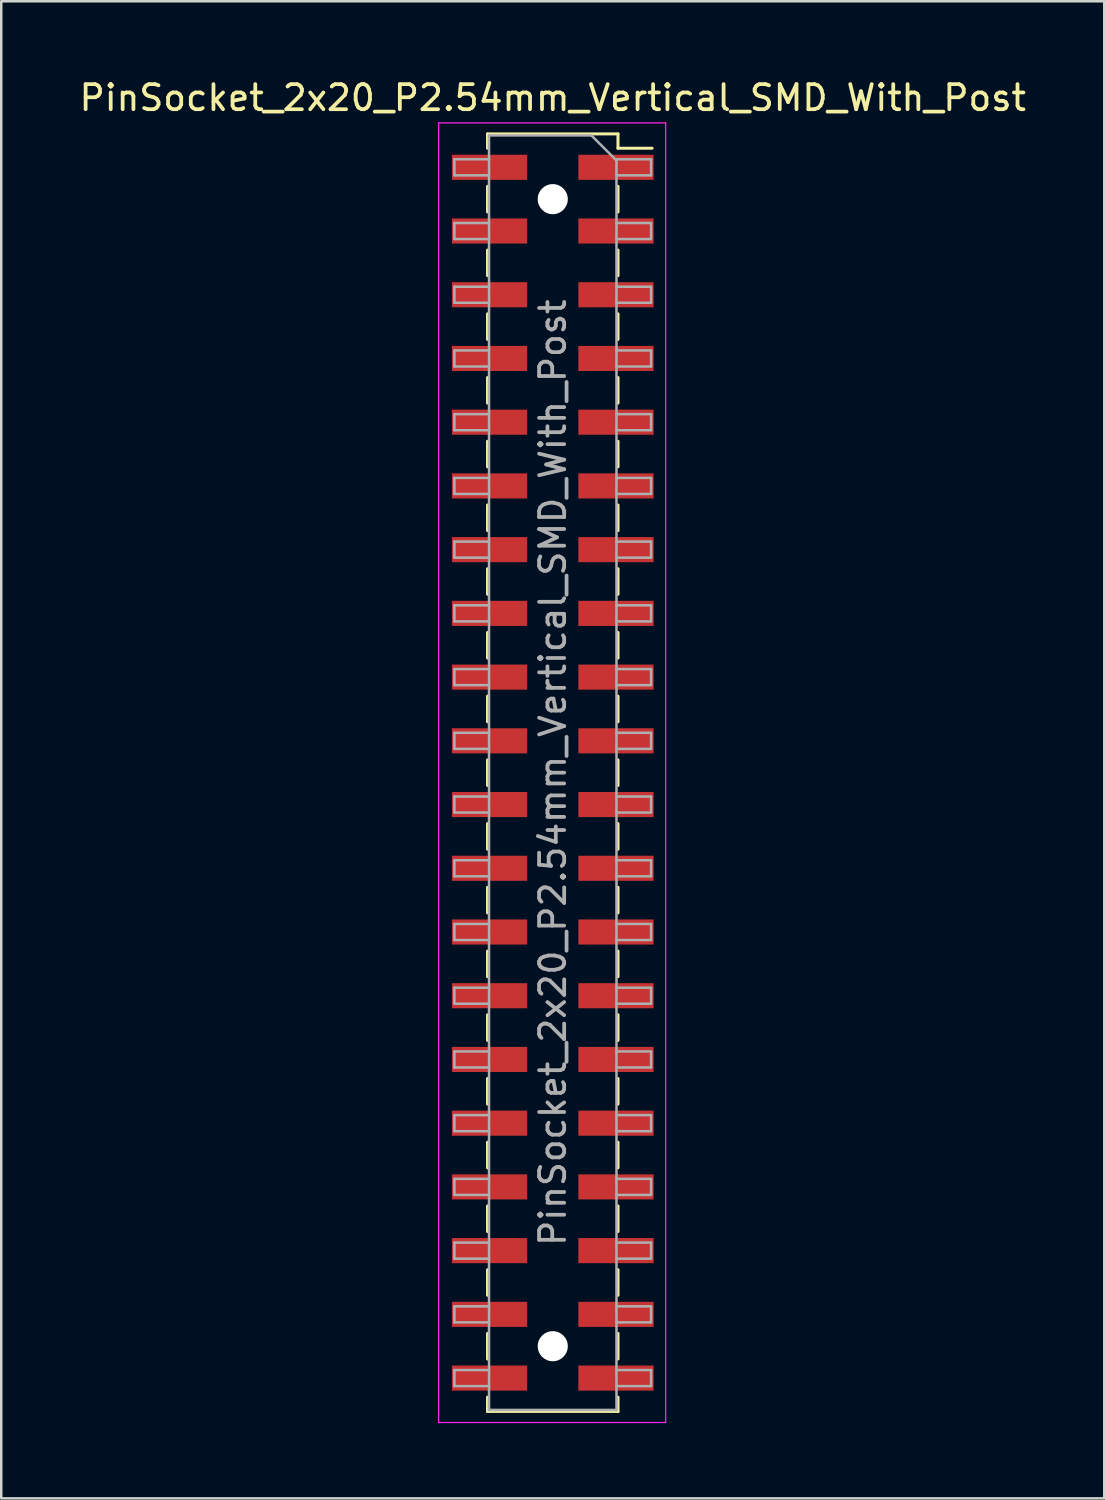
<source format=kicad_pcb>
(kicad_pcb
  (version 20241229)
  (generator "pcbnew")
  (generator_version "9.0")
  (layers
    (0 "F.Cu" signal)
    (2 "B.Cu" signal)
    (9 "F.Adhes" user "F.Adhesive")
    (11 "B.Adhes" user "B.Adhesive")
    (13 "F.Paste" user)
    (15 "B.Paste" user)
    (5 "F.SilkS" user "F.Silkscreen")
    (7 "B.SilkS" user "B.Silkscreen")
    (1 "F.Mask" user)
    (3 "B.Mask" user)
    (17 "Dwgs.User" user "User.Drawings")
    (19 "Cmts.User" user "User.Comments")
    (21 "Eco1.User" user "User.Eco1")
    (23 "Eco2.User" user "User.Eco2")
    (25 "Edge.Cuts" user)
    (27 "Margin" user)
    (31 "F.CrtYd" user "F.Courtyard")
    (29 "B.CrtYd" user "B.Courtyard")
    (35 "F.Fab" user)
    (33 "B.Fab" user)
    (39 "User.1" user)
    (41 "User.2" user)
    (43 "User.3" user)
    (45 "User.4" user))
  (footprint "PinSocket_2x20_P2.54mm_Vertical_SMD_With_Post"
    (layer "F.Cu")
    (at 18.982 27.748)
    (property "Reference" "PinSocket_2x20_P2.54mm_Vertical_SMD_With_Post" (at 0 -26.9 0) (layer "F.SilkS") (effects (font (size 1 1) (thickness 0.15))))
    (attr smd)
    (fp_line (start -2.6 -25.46) (end -2.6 -24.89) (stroke (width 0.12) (type solid)) (layer "F.SilkS"))
    (fp_line (start -2.6 -25.46) (end 2.6 -25.46) (stroke (width 0.12) (type solid)) (layer "F.SilkS"))
    (fp_line (start -2.6 -23.37) (end -2.6 -22.35) (stroke (width 0.12) (type solid)) (layer "F.SilkS"))
    (fp_line (start -2.6 -20.83) (end -2.6 -19.81) (stroke (width 0.12) (type solid)) (layer "F.SilkS"))
    (fp_line (start -2.6 -18.29) (end -2.6 -17.27) (stroke (width 0.12) (type solid)) (layer "F.SilkS"))
    (fp_line (start -2.6 -15.75) (end -2.6 -14.73) (stroke (width 0.12) (type solid)) (layer "F.SilkS"))
    (fp_line (start -2.6 -13.21) (end -2.6 -12.19) (stroke (width 0.12) (type solid)) (layer "F.SilkS"))
    (fp_line (start -2.6 -10.67) (end -2.6 -9.65) (stroke (width 0.12) (type solid)) (layer "F.SilkS"))
    (fp_line (start -2.6 -8.13) (end -2.6 -7.11) (stroke (width 0.12) (type solid)) (layer "F.SilkS"))
    (fp_line (start -2.6 -5.59) (end -2.6 -4.57) (stroke (width 0.12) (type solid)) (layer "F.SilkS"))
    (fp_line (start -2.6 -3.05) (end -2.6 -2.03) (stroke (width 0.12) (type solid)) (layer "F.SilkS"))
    (fp_line (start -2.6 -0.51) (end -2.6 0.51) (stroke (width 0.12) (type solid)) (layer "F.SilkS"))
    (fp_line (start -2.6 2.03) (end -2.6 3.05) (stroke (width 0.12) (type solid)) (layer "F.SilkS"))
    (fp_line (start -2.6 4.57) (end -2.6 5.59) (stroke (width 0.12) (type solid)) (layer "F.SilkS"))
    (fp_line (start -2.6 7.11) (end -2.6 8.13) (stroke (width 0.12) (type solid)) (layer "F.SilkS"))
    (fp_line (start -2.6 9.65) (end -2.6 10.67) (stroke (width 0.12) (type solid)) (layer "F.SilkS"))
    (fp_line (start -2.6 12.19) (end -2.6 13.21) (stroke (width 0.12) (type solid)) (layer "F.SilkS"))
    (fp_line (start -2.6 14.73) (end -2.6 15.75) (stroke (width 0.12) (type solid)) (layer "F.SilkS"))
    (fp_line (start -2.6 17.27) (end -2.6 18.29) (stroke (width 0.12) (type solid)) (layer "F.SilkS"))
    (fp_line (start -2.6 19.81) (end -2.6 20.83) (stroke (width 0.12) (type solid)) (layer "F.SilkS"))
    (fp_line (start -2.6 22.35) (end -2.6 23.37) (stroke (width 0.12) (type solid)) (layer "F.SilkS"))
    (fp_line (start -2.6 24.89) (end -2.6 25.46) (stroke (width 0.12) (type solid)) (layer "F.SilkS"))
    (fp_line (start -2.6 25.46) (end 2.6 25.46) (stroke (width 0.12) (type solid)) (layer "F.SilkS"))
    (fp_line (start 2.6 -25.46) (end 2.6 -24.89) (stroke (width 0.12) (type solid)) (layer "F.SilkS"))
    (fp_line (start 2.6 -24.89) (end 3.96 -24.89) (stroke (width 0.12) (type solid)) (layer "F.SilkS"))
    (fp_line (start 2.6 -23.37) (end 2.6 -22.35) (stroke (width 0.12) (type solid)) (layer "F.SilkS"))
    (fp_line (start 2.6 -20.83) (end 2.6 -19.81) (stroke (width 0.12) (type solid)) (layer "F.SilkS"))
    (fp_line (start 2.6 -18.29) (end 2.6 -17.27) (stroke (width 0.12) (type solid)) (layer "F.SilkS"))
    (fp_line (start 2.6 -15.75) (end 2.6 -14.73) (stroke (width 0.12) (type solid)) (layer "F.SilkS"))
    (fp_line (start 2.6 -13.21) (end 2.6 -12.19) (stroke (width 0.12) (type solid)) (layer "F.SilkS"))
    (fp_line (start 2.6 -10.67) (end 2.6 -9.65) (stroke (width 0.12) (type solid)) (layer "F.SilkS"))
    (fp_line (start 2.6 -8.13) (end 2.6 -7.11) (stroke (width 0.12) (type solid)) (layer "F.SilkS"))
    (fp_line (start 2.6 -5.59) (end 2.6 -4.57) (stroke (width 0.12) (type solid)) (layer "F.SilkS"))
    (fp_line (start 2.6 -3.05) (end 2.6 -2.03) (stroke (width 0.12) (type solid)) (layer "F.SilkS"))
    (fp_line (start 2.6 -0.51) (end 2.6 0.51) (stroke (width 0.12) (type solid)) (layer "F.SilkS"))
    (fp_line (start 2.6 2.03) (end 2.6 3.05) (stroke (width 0.12) (type solid)) (layer "F.SilkS"))
    (fp_line (start 2.6 4.57) (end 2.6 5.59) (stroke (width 0.12) (type solid)) (layer "F.SilkS"))
    (fp_line (start 2.6 7.11) (end 2.6 8.13) (stroke (width 0.12) (type solid)) (layer "F.SilkS"))
    (fp_line (start 2.6 9.65) (end 2.6 10.67) (stroke (width 0.12) (type solid)) (layer "F.SilkS"))
    (fp_line (start 2.6 12.19) (end 2.6 13.21) (stroke (width 0.12) (type solid)) (layer "F.SilkS"))
    (fp_line (start 2.6 14.73) (end 2.6 15.75) (stroke (width 0.12) (type solid)) (layer "F.SilkS"))
    (fp_line (start 2.6 17.27) (end 2.6 18.29) (stroke (width 0.12) (type solid)) (layer "F.SilkS"))
    (fp_line (start 2.6 19.81) (end 2.6 20.83) (stroke (width 0.12) (type solid)) (layer "F.SilkS"))
    (fp_line (start 2.6 22.35) (end 2.6 23.37) (stroke (width 0.12) (type solid)) (layer "F.SilkS"))
    (fp_line (start 2.6 24.89) (end 2.6 25.46) (stroke (width 0.12) (type solid)) (layer "F.SilkS"))
    (fp_line (start -4.55 -25.9) (end 4.5 -25.9) (stroke (width 0.05) (type solid)) (layer "F.CrtYd"))
    (fp_line (start -4.55 25.9) (end -4.55 -25.9) (stroke (width 0.05) (type solid)) (layer "F.CrtYd"))
    (fp_line (start 4.5 -25.9) (end 4.5 25.9) (stroke (width 0.05) (type solid)) (layer "F.CrtYd"))
    (fp_line (start 4.5 25.9) (end -4.55 25.9) (stroke (width 0.05) (type solid)) (layer "F.CrtYd"))
    (fp_line (start -3.92 -24.45) (end -2.54 -24.45) (stroke (width 0.1) (type solid)) (layer "F.Fab"))
    (fp_line (start -3.92 -23.81) (end -3.92 -24.45) (stroke (width 0.1) (type solid)) (layer "F.Fab"))
    (fp_line (start -3.92 -21.91) (end -2.54 -21.91) (stroke (width 0.1) (type solid)) (layer "F.Fab"))
    (fp_line (start -3.92 -21.27) (end -3.92 -21.91) (stroke (width 0.1) (type solid)) (layer "F.Fab"))
    (fp_line (start -3.92 -19.37) (end -2.54 -19.37) (stroke (width 0.1) (type solid)) (layer "F.Fab"))
    (fp_line (start -3.92 -18.73) (end -3.92 -19.37) (stroke (width 0.1) (type solid)) (layer "F.Fab"))
    (fp_line (start -3.92 -16.83) (end -2.54 -16.83) (stroke (width 0.1) (type solid)) (layer "F.Fab"))
    (fp_line (start -3.92 -16.19) (end -3.92 -16.83) (stroke (width 0.1) (type solid)) (layer "F.Fab"))
    (fp_line (start -3.92 -14.29) (end -2.54 -14.29) (stroke (width 0.1) (type solid)) (layer "F.Fab"))
    (fp_line (start -3.92 -13.65) (end -3.92 -14.29) (stroke (width 0.1) (type solid)) (layer "F.Fab"))
    (fp_line (start -3.92 -11.75) (end -2.54 -11.75) (stroke (width 0.1) (type solid)) (layer "F.Fab"))
    (fp_line (start -3.92 -11.11) (end -3.92 -11.75) (stroke (width 0.1) (type solid)) (layer "F.Fab"))
    (fp_line (start -3.92 -9.21) (end -2.54 -9.21) (stroke (width 0.1) (type solid)) (layer "F.Fab"))
    (fp_line (start -3.92 -8.57) (end -3.92 -9.21) (stroke (width 0.1) (type solid)) (layer "F.Fab"))
    (fp_line (start -3.92 -6.67) (end -2.54 -6.67) (stroke (width 0.1) (type solid)) (layer "F.Fab"))
    (fp_line (start -3.92 -6.03) (end -3.92 -6.67) (stroke (width 0.1) (type solid)) (layer "F.Fab"))
    (fp_line (start -3.92 -4.13) (end -2.54 -4.13) (stroke (width 0.1) (type solid)) (layer "F.Fab"))
    (fp_line (start -3.92 -3.49) (end -3.92 -4.13) (stroke (width 0.1) (type solid)) (layer "F.Fab"))
    (fp_line (start -3.92 -1.59) (end -2.54 -1.59) (stroke (width 0.1) (type solid)) (layer "F.Fab"))
    (fp_line (start -3.92 -0.95) (end -3.92 -1.59) (stroke (width 0.1) (type solid)) (layer "F.Fab"))
    (fp_line (start -3.92 0.95) (end -2.54 0.95) (stroke (width 0.1) (type solid)) (layer "F.Fab"))
    (fp_line (start -3.92 1.59) (end -3.92 0.95) (stroke (width 0.1) (type solid)) (layer "F.Fab"))
    (fp_line (start -3.92 3.49) (end -2.54 3.49) (stroke (width 0.1) (type solid)) (layer "F.Fab"))
    (fp_line (start -3.92 4.13) (end -3.92 3.49) (stroke (width 0.1) (type solid)) (layer "F.Fab"))
    (fp_line (start -3.92 6.03) (end -2.54 6.03) (stroke (width 0.1) (type solid)) (layer "F.Fab"))
    (fp_line (start -3.92 6.67) (end -3.92 6.03) (stroke (width 0.1) (type solid)) (layer "F.Fab"))
    (fp_line (start -3.92 8.57) (end -2.54 8.57) (stroke (width 0.1) (type solid)) (layer "F.Fab"))
    (fp_line (start -3.92 9.21) (end -3.92 8.57) (stroke (width 0.1) (type solid)) (layer "F.Fab"))
    (fp_line (start -3.92 11.11) (end -2.54 11.11) (stroke (width 0.1) (type solid)) (layer "F.Fab"))
    (fp_line (start -3.92 11.75) (end -3.92 11.11) (stroke (width 0.1) (type solid)) (layer "F.Fab"))
    (fp_line (start -3.92 13.65) (end -2.54 13.65) (stroke (width 0.1) (type solid)) (layer "F.Fab"))
    (fp_line (start -3.92 14.29) (end -3.92 13.65) (stroke (width 0.1) (type solid)) (layer "F.Fab"))
    (fp_line (start -3.92 16.19) (end -2.54 16.19) (stroke (width 0.1) (type solid)) (layer "F.Fab"))
    (fp_line (start -3.92 16.83) (end -3.92 16.19) (stroke (width 0.1) (type solid)) (layer "F.Fab"))
    (fp_line (start -3.92 18.73) (end -2.54 18.73) (stroke (width 0.1) (type solid)) (layer "F.Fab"))
    (fp_line (start -3.92 19.37) (end -3.92 18.73) (stroke (width 0.1) (type solid)) (layer "F.Fab"))
    (fp_line (start -3.92 21.27) (end -2.54 21.27) (stroke (width 0.1) (type solid)) (layer "F.Fab"))
    (fp_line (start -3.92 21.91) (end -3.92 21.27) (stroke (width 0.1) (type solid)) (layer "F.Fab"))
    (fp_line (start -3.92 23.81) (end -2.54 23.81) (stroke (width 0.1) (type solid)) (layer "F.Fab"))
    (fp_line (start -3.92 24.45) (end -3.92 23.81) (stroke (width 0.1) (type solid)) (layer "F.Fab"))
    (fp_line (start -2.54 -25.4) (end 1.54 -25.4) (stroke (width 0.1) (type solid)) (layer "F.Fab"))
    (fp_line (start -2.54 -23.81) (end -3.92 -23.81) (stroke (width 0.1) (type solid)) (layer "F.Fab"))
    (fp_line (start -2.54 -21.27) (end -3.92 -21.27) (stroke (width 0.1) (type solid)) (layer "F.Fab"))
    (fp_line (start -2.54 -18.73) (end -3.92 -18.73) (stroke (width 0.1) (type solid)) (layer "F.Fab"))
    (fp_line (start -2.54 -16.19) (end -3.92 -16.19) (stroke (width 0.1) (type solid)) (layer "F.Fab"))
    (fp_line (start -2.54 -13.65) (end -3.92 -13.65) (stroke (width 0.1) (type solid)) (layer "F.Fab"))
    (fp_line (start -2.54 -11.11) (end -3.92 -11.11) (stroke (width 0.1) (type solid)) (layer "F.Fab"))
    (fp_line (start -2.54 -8.57) (end -3.92 -8.57) (stroke (width 0.1) (type solid)) (layer "F.Fab"))
    (fp_line (start -2.54 -6.03) (end -3.92 -6.03) (stroke (width 0.1) (type solid)) (layer "F.Fab"))
    (fp_line (start -2.54 -3.49) (end -3.92 -3.49) (stroke (width 0.1) (type solid)) (layer "F.Fab"))
    (fp_line (start -2.54 -0.95) (end -3.92 -0.95) (stroke (width 0.1) (type solid)) (layer "F.Fab"))
    (fp_line (start -2.54 1.59) (end -3.92 1.59) (stroke (width 0.1) (type solid)) (layer "F.Fab"))
    (fp_line (start -2.54 4.13) (end -3.92 4.13) (stroke (width 0.1) (type solid)) (layer "F.Fab"))
    (fp_line (start -2.54 6.67) (end -3.92 6.67) (stroke (width 0.1) (type solid)) (layer "F.Fab"))
    (fp_line (start -2.54 9.21) (end -3.92 9.21) (stroke (width 0.1) (type solid)) (layer "F.Fab"))
    (fp_line (start -2.54 11.75) (end -3.92 11.75) (stroke (width 0.1) (type solid)) (layer "F.Fab"))
    (fp_line (start -2.54 14.29) (end -3.92 14.29) (stroke (width 0.1) (type solid)) (layer "F.Fab"))
    (fp_line (start -2.54 16.83) (end -3.92 16.83) (stroke (width 0.1) (type solid)) (layer "F.Fab"))
    (fp_line (start -2.54 19.37) (end -3.92 19.37) (stroke (width 0.1) (type solid)) (layer "F.Fab"))
    (fp_line (start -2.54 21.91) (end -3.92 21.91) (stroke (width 0.1) (type solid)) (layer "F.Fab"))
    (fp_line (start -2.54 24.45) (end -3.92 24.45) (stroke (width 0.1) (type solid)) (layer "F.Fab"))
    (fp_line (start -2.54 25.4) (end -2.54 -25.4) (stroke (width 0.1) (type solid)) (layer "F.Fab"))
    (fp_line (start 1.54 -25.4) (end 2.54 -24.4) (stroke (width 0.1) (type solid)) (layer "F.Fab"))
    (fp_line (start 2.54 -24.45) (end 3.92 -24.45) (stroke (width 0.1) (type solid)) (layer "F.Fab"))
    (fp_line (start 2.54 -24.4) (end 2.54 25.4) (stroke (width 0.1) (type solid)) (layer "F.Fab"))
    (fp_line (start 2.54 -21.91) (end 3.92 -21.91) (stroke (width 0.1) (type solid)) (layer "F.Fab"))
    (fp_line (start 2.54 -19.37) (end 3.92 -19.37) (stroke (width 0.1) (type solid)) (layer "F.Fab"))
    (fp_line (start 2.54 -16.83) (end 3.92 -16.83) (stroke (width 0.1) (type solid)) (layer "F.Fab"))
    (fp_line (start 2.54 -14.29) (end 3.92 -14.29) (stroke (width 0.1) (type solid)) (layer "F.Fab"))
    (fp_line (start 2.54 -11.75) (end 3.92 -11.75) (stroke (width 0.1) (type solid)) (layer "F.Fab"))
    (fp_line (start 2.54 -9.21) (end 3.92 -9.21) (stroke (width 0.1) (type solid)) (layer "F.Fab"))
    (fp_line (start 2.54 -6.67) (end 3.92 -6.67) (stroke (width 0.1) (type solid)) (layer "F.Fab"))
    (fp_line (start 2.54 -4.13) (end 3.92 -4.13) (stroke (width 0.1) (type solid)) (layer "F.Fab"))
    (fp_line (start 2.54 -1.59) (end 3.92 -1.59) (stroke (width 0.1) (type solid)) (layer "F.Fab"))
    (fp_line (start 2.54 0.95) (end 3.92 0.95) (stroke (width 0.1) (type solid)) (layer "F.Fab"))
    (fp_line (start 2.54 3.49) (end 3.92 3.49) (stroke (width 0.1) (type solid)) (layer "F.Fab"))
    (fp_line (start 2.54 6.03) (end 3.92 6.03) (stroke (width 0.1) (type solid)) (layer "F.Fab"))
    (fp_line (start 2.54 8.57) (end 3.92 8.57) (stroke (width 0.1) (type solid)) (layer "F.Fab"))
    (fp_line (start 2.54 11.11) (end 3.92 11.11) (stroke (width 0.1) (type solid)) (layer "F.Fab"))
    (fp_line (start 2.54 13.65) (end 3.92 13.65) (stroke (width 0.1) (type solid)) (layer "F.Fab"))
    (fp_line (start 2.54 16.19) (end 3.92 16.19) (stroke (width 0.1) (type solid)) (layer "F.Fab"))
    (fp_line (start 2.54 18.73) (end 3.92 18.73) (stroke (width 0.1) (type solid)) (layer "F.Fab"))
    (fp_line (start 2.54 21.27) (end 3.92 21.27) (stroke (width 0.1) (type solid)) (layer "F.Fab"))
    (fp_line (start 2.54 23.81) (end 3.92 23.81) (stroke (width 0.1) (type solid)) (layer "F.Fab"))
    (fp_line (start 2.54 25.4) (end -2.54 25.4) (stroke (width 0.1) (type solid)) (layer "F.Fab"))
    (fp_line (start 3.92 -24.45) (end 3.92 -23.81) (stroke (width 0.1) (type solid)) (layer "F.Fab"))
    (fp_line (start 3.92 -23.81) (end 2.54 -23.81) (stroke (width 0.1) (type solid)) (layer "F.Fab"))
    (fp_line (start 3.92 -21.91) (end 3.92 -21.27) (stroke (width 0.1) (type solid)) (layer "F.Fab"))
    (fp_line (start 3.92 -21.27) (end 2.54 -21.27) (stroke (width 0.1) (type solid)) (layer "F.Fab"))
    (fp_line (start 3.92 -19.37) (end 3.92 -18.73) (stroke (width 0.1) (type solid)) (layer "F.Fab"))
    (fp_line (start 3.92 -18.73) (end 2.54 -18.73) (stroke (width 0.1) (type solid)) (layer "F.Fab"))
    (fp_line (start 3.92 -16.83) (end 3.92 -16.19) (stroke (width 0.1) (type solid)) (layer "F.Fab"))
    (fp_line (start 3.92 -16.19) (end 2.54 -16.19) (stroke (width 0.1) (type solid)) (layer "F.Fab"))
    (fp_line (start 3.92 -14.29) (end 3.92 -13.65) (stroke (width 0.1) (type solid)) (layer "F.Fab"))
    (fp_line (start 3.92 -13.65) (end 2.54 -13.65) (stroke (width 0.1) (type solid)) (layer "F.Fab"))
    (fp_line (start 3.92 -11.75) (end 3.92 -11.11) (stroke (width 0.1) (type solid)) (layer "F.Fab"))
    (fp_line (start 3.92 -11.11) (end 2.54 -11.11) (stroke (width 0.1) (type solid)) (layer "F.Fab"))
    (fp_line (start 3.92 -9.21) (end 3.92 -8.57) (stroke (width 0.1) (type solid)) (layer "F.Fab"))
    (fp_line (start 3.92 -8.57) (end 2.54 -8.57) (stroke (width 0.1) (type solid)) (layer "F.Fab"))
    (fp_line (start 3.92 -6.67) (end 3.92 -6.03) (stroke (width 0.1) (type solid)) (layer "F.Fab"))
    (fp_line (start 3.92 -6.03) (end 2.54 -6.03) (stroke (width 0.1) (type solid)) (layer "F.Fab"))
    (fp_line (start 3.92 -4.13) (end 3.92 -3.49) (stroke (width 0.1) (type solid)) (layer "F.Fab"))
    (fp_line (start 3.92 -3.49) (end 2.54 -3.49) (stroke (width 0.1) (type solid)) (layer "F.Fab"))
    (fp_line (start 3.92 -1.59) (end 3.92 -0.95) (stroke (width 0.1) (type solid)) (layer "F.Fab"))
    (fp_line (start 3.92 -0.95) (end 2.54 -0.95) (stroke (width 0.1) (type solid)) (layer "F.Fab"))
    (fp_line (start 3.92 0.95) (end 3.92 1.59) (stroke (width 0.1) (type solid)) (layer "F.Fab"))
    (fp_line (start 3.92 1.59) (end 2.54 1.59) (stroke (width 0.1) (type solid)) (layer "F.Fab"))
    (fp_line (start 3.92 3.49) (end 3.92 4.13) (stroke (width 0.1) (type solid)) (layer "F.Fab"))
    (fp_line (start 3.92 4.13) (end 2.54 4.13) (stroke (width 0.1) (type solid)) (layer "F.Fab"))
    (fp_line (start 3.92 6.03) (end 3.92 6.67) (stroke (width 0.1) (type solid)) (layer "F.Fab"))
    (fp_line (start 3.92 6.67) (end 2.54 6.67) (stroke (width 0.1) (type solid)) (layer "F.Fab"))
    (fp_line (start 3.92 8.57) (end 3.92 9.21) (stroke (width 0.1) (type solid)) (layer "F.Fab"))
    (fp_line (start 3.92 9.21) (end 2.54 9.21) (stroke (width 0.1) (type solid)) (layer "F.Fab"))
    (fp_line (start 3.92 11.11) (end 3.92 11.75) (stroke (width 0.1) (type solid)) (layer "F.Fab"))
    (fp_line (start 3.92 11.75) (end 2.54 11.75) (stroke (width 0.1) (type solid)) (layer "F.Fab"))
    (fp_line (start 3.92 13.65) (end 3.92 14.29) (stroke (width 0.1) (type solid)) (layer "F.Fab"))
    (fp_line (start 3.92 14.29) (end 2.54 14.29) (stroke (width 0.1) (type solid)) (layer "F.Fab"))
    (fp_line (start 3.92 16.19) (end 3.92 16.83) (stroke (width 0.1) (type solid)) (layer "F.Fab"))
    (fp_line (start 3.92 16.83) (end 2.54 16.83) (stroke (width 0.1) (type solid)) (layer "F.Fab"))
    (fp_line (start 3.92 18.73) (end 3.92 19.37) (stroke (width 0.1) (type solid)) (layer "F.Fab"))
    (fp_line (start 3.92 19.37) (end 2.54 19.37) (stroke (width 0.1) (type solid)) (layer "F.Fab"))
    (fp_line (start 3.92 21.27) (end 3.92 21.91) (stroke (width 0.1) (type solid)) (layer "F.Fab"))
    (fp_line (start 3.92 21.91) (end 2.54 21.91) (stroke (width 0.1) (type solid)) (layer "F.Fab"))
    (fp_line (start 3.92 23.81) (end 3.92 24.45) (stroke (width 0.1) (type solid)) (layer "F.Fab"))
    (fp_line (start 3.92 24.45) (end 2.54 24.45) (stroke (width 0.1) (type solid)) (layer "F.Fab"))
    (fp_text user "${REFERENCE}" (at 0 0 90) (layer "F.Fab") (effects (font (size 1 1) (thickness 0.15))))
    (pad "" np_thru_hole circle (at 0 -22.86) (size 1.2 1.2) (drill 1.2) (layers "*.Cu" "*.Mask"))
    (pad "" np_thru_hole circle (at 0 22.86) (size 1.2 1.2) (drill 1.2) (layers "*.Cu" "*.Mask"))
    (pad "1" smd rect (at 2.52 -24.13) (size 3 1) (layers "F.Cu" "F.Mask" "F.Paste"))
    (pad "2" smd rect (at -2.52 -24.13) (size 3 1) (layers "F.Cu" "F.Mask" "F.Paste"))
    (pad "3" smd rect (at 2.52 -21.59) (size 3 1) (layers "F.Cu" "F.Mask" "F.Paste"))
    (pad "4" smd rect (at -2.52 -21.59) (size 3 1) (layers "F.Cu" "F.Mask" "F.Paste"))
    (pad "5" smd rect (at 2.52 -19.05) (size 3 1) (layers "F.Cu" "F.Mask" "F.Paste"))
    (pad "6" smd rect (at -2.52 -19.05) (size 3 1) (layers "F.Cu" "F.Mask" "F.Paste"))
    (pad "7" smd rect (at 2.52 -16.51) (size 3 1) (layers "F.Cu" "F.Mask" "F.Paste"))
    (pad "8" smd rect (at -2.52 -16.51) (size 3 1) (layers "F.Cu" "F.Mask" "F.Paste"))
    (pad "9" smd rect (at 2.52 -13.97) (size 3 1) (layers "F.Cu" "F.Mask" "F.Paste"))
    (pad "10" smd rect (at -2.52 -13.97) (size 3 1) (layers "F.Cu" "F.Mask" "F.Paste"))
    (pad "11" smd rect (at 2.52 -11.43) (size 3 1) (layers "F.Cu" "F.Mask" "F.Paste"))
    (pad "12" smd rect (at -2.52 -11.43) (size 3 1) (layers "F.Cu" "F.Mask" "F.Paste"))
    (pad "13" smd rect (at 2.52 -8.89) (size 3 1) (layers "F.Cu" "F.Mask" "F.Paste"))
    (pad "14" smd rect (at -2.52 -8.89) (size 3 1) (layers "F.Cu" "F.Mask" "F.Paste"))
    (pad "15" smd rect (at 2.52 -6.35) (size 3 1) (layers "F.Cu" "F.Mask" "F.Paste"))
    (pad "16" smd rect (at -2.52 -6.35) (size 3 1) (layers "F.Cu" "F.Mask" "F.Paste"))
    (pad "17" smd rect (at 2.52 -3.81) (size 3 1) (layers "F.Cu" "F.Mask" "F.Paste"))
    (pad "18" smd rect (at -2.52 -3.81) (size 3 1) (layers "F.Cu" "F.Mask" "F.Paste"))
    (pad "19" smd rect (at 2.52 -1.27) (size 3 1) (layers "F.Cu" "F.Mask" "F.Paste"))
    (pad "20" smd rect (at -2.52 -1.27) (size 3 1) (layers "F.Cu" "F.Mask" "F.Paste"))
    (pad "21" smd rect (at 2.52 1.27) (size 3 1) (layers "F.Cu" "F.Mask" "F.Paste"))
    (pad "22" smd rect (at -2.52 1.27) (size 3 1) (layers "F.Cu" "F.Mask" "F.Paste"))
    (pad "23" smd rect (at 2.52 3.81) (size 3 1) (layers "F.Cu" "F.Mask" "F.Paste"))
    (pad "24" smd rect (at -2.52 3.81) (size 3 1) (layers "F.Cu" "F.Mask" "F.Paste"))
    (pad "25" smd rect (at 2.52 6.35) (size 3 1) (layers "F.Cu" "F.Mask" "F.Paste"))
    (pad "26" smd rect (at -2.52 6.35) (size 3 1) (layers "F.Cu" "F.Mask" "F.Paste"))
    (pad "27" smd rect (at 2.52 8.89) (size 3 1) (layers "F.Cu" "F.Mask" "F.Paste"))
    (pad "28" smd rect (at -2.52 8.89) (size 3 1) (layers "F.Cu" "F.Mask" "F.Paste"))
    (pad "29" smd rect (at 2.52 11.43) (size 3 1) (layers "F.Cu" "F.Mask" "F.Paste"))
    (pad "30" smd rect (at -2.52 11.43) (size 3 1) (layers "F.Cu" "F.Mask" "F.Paste"))
    (pad "31" smd rect (at 2.52 13.97) (size 3 1) (layers "F.Cu" "F.Mask" "F.Paste"))
    (pad "32" smd rect (at -2.52 13.97) (size 3 1) (layers "F.Cu" "F.Mask" "F.Paste"))
    (pad "33" smd rect (at 2.52 16.51) (size 3 1) (layers "F.Cu" "F.Mask" "F.Paste"))
    (pad "34" smd rect (at -2.52 16.51) (size 3 1) (layers "F.Cu" "F.Mask" "F.Paste"))
    (pad "35" smd rect (at 2.52 19.05) (size 3 1) (layers "F.Cu" "F.Mask" "F.Paste"))
    (pad "36" smd rect (at -2.52 19.05) (size 3 1) (layers "F.Cu" "F.Mask" "F.Paste"))
    (pad "37" smd rect (at 2.52 21.59) (size 3 1) (layers "F.Cu" "F.Mask" "F.Paste"))
    (pad "38" smd rect (at -2.52 21.59) (size 3 1) (layers "F.Cu" "F.Mask" "F.Paste"))
    (pad "39" smd rect (at 2.52 24.13) (size 3 1) (layers "F.Cu" "F.Mask" "F.Paste"))
    (pad "40" smd rect (at -2.52 24.13) (size 3 1) (layers "F.Cu" "F.Mask" "F.Paste")))
  (gr_rect
    (start -3 -3)
    (end 40.964 56.673)
    (stroke (width 0.1) (type default))
    (fill no)
    (layer "Edge.Cuts")))
</source>
